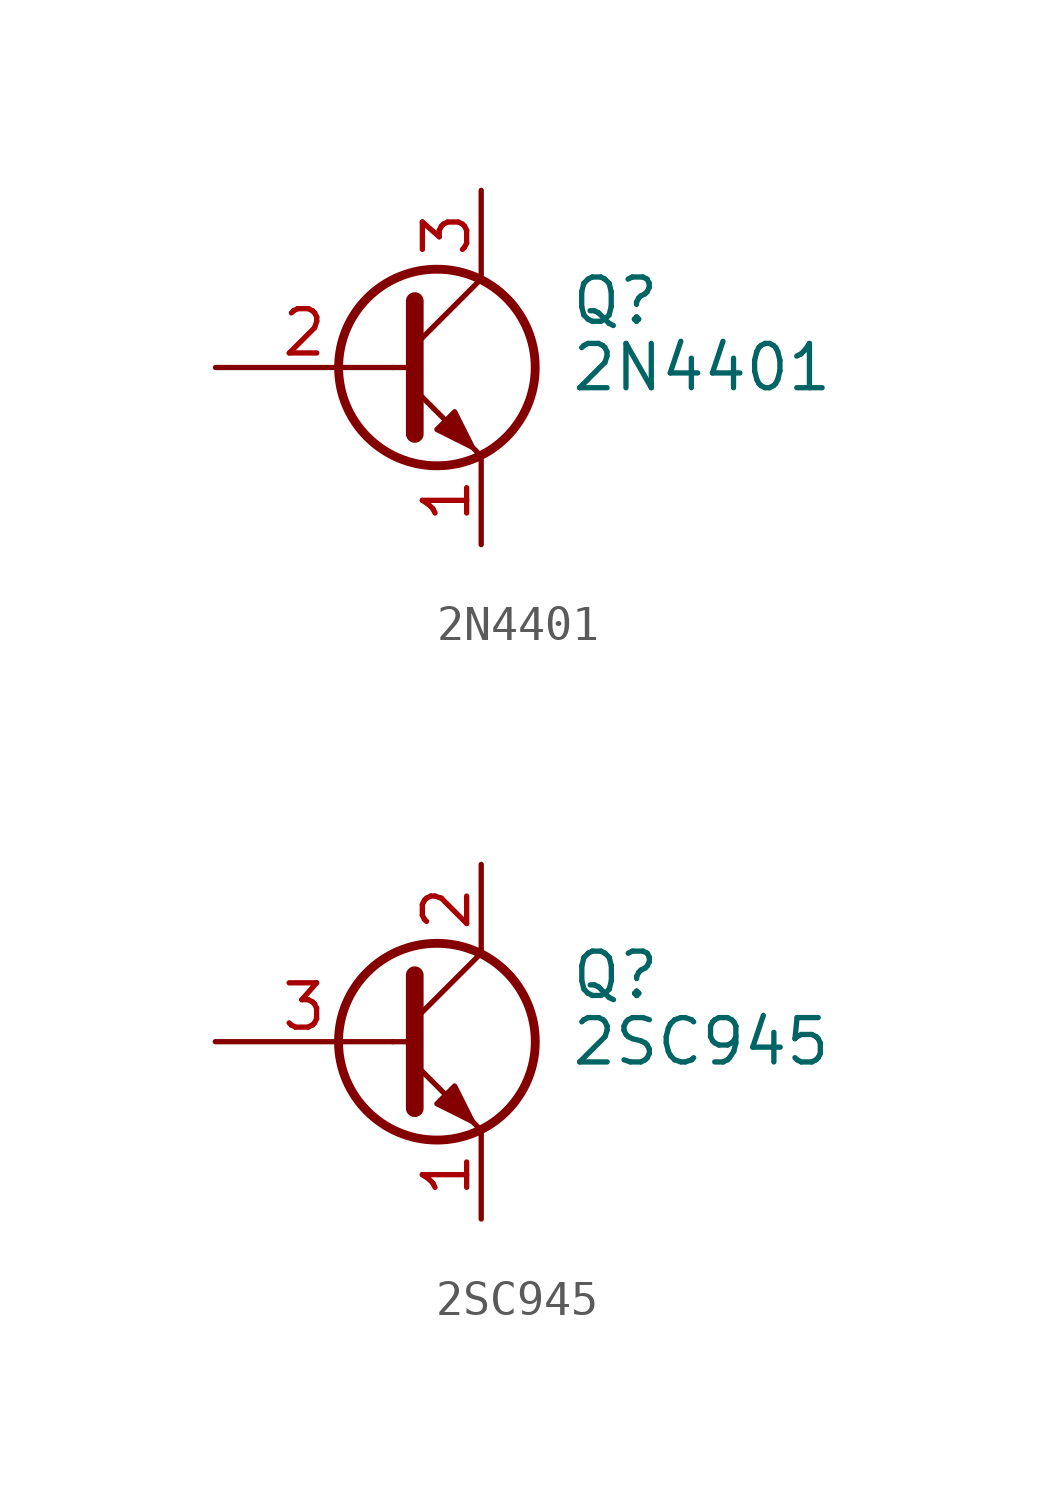
<source format=kicad_sym>
(kicad_symbol_lib
  (version 20220914)
  (generator kicad_symbol_editor)
  (symbol "2N4401"
    (pin_names
      (offset 0) hide)
    (property "Reference" "Q"
      (at 5.08 1.905 0)
      (effects (font (size 1.27 1.27)) (justify left)))
    (property "Value" "2N4401"
      (at 5.08 0 0)
      (effects (font (size 1.27 1.27)) (justify left)))
    (symbol "2N4401_0_1"
      (polyline (pts (xy 0 0) (xy 0.635 0)) (stroke (width 0) (type solid)) (fill (type none)))
      (polyline (pts (xy 0.635 0.635) (xy 2.54 2.54)) (stroke (width 0) (type solid)) (fill (type none)))
      (polyline (pts (xy 0.635 -0.635) (xy 2.54 -2.54) (xy 2.54 -2.54)) (stroke (width 0) (type solid)) (fill (type none)))
      (polyline (pts (xy 0.635 1.905) (xy 0.635 -1.905) (xy 0.635 -1.905)) (stroke (width 0.508) (type solid)) (fill (type none)))
      (polyline (pts (xy 1.27 -1.778) (xy 1.778 -1.27) (xy 2.286 -2.286) (xy 1.27 -1.778) (xy 1.27 -1.778)) (stroke (width 0) (type solid)) (fill (type outline)))
      (circle (center 1.27 0) (radius 2.819) (stroke (width 0.254) (type solid)) (fill (type none))))
    (symbol "2N4401_1_1"
      (pin passive line (at 2.54 -5.08 90) (length 2.54) (name "E" (effects (font (size 1.27 1.27)))) (number "1" (effects (font (size 1.27 1.27)))))
      (pin input line (at -5.08 0 0) (length 5.08) (name "B" (effects (font (size 1.27 1.27)))) (number "2" (effects (font (size 1.27 1.27)))))
      (pin passive line (at 2.54 5.08 270) (length 2.54) (name "C" (effects (font (size 1.27 1.27)))) (number "3" (effects (font (size 1.27 1.27)))))))
  (symbol "2SC945"
    (pin_names
      (offset 0) hide)
    (property "Reference" "Q"
      (at 5.08 1.905 0)
      (effects (font (size 1.27 1.27)) (justify left)))
    (property "Value" "2SC945"
      (at 5.08 0 0)
      (effects (font (size 1.27 1.27)) (justify left)))
    (symbol "2SC945_0_1"
      (polyline (pts (xy 0 0) (xy 0.635 0)) (stroke (width 0) (type solid)) (fill (type none)))
      (polyline (pts (xy 0.635 0.635) (xy 2.54 2.54)) (stroke (width 0) (type solid)) (fill (type none)))
      (polyline (pts (xy 0.635 -0.635) (xy 2.54 -2.54) (xy 2.54 -2.54)) (stroke (width 0) (type solid)) (fill (type none)))
      (polyline (pts (xy 0.635 1.905) (xy 0.635 -1.905) (xy 0.635 -1.905)) (stroke (width 0.508) (type solid)) (fill (type none)))
      (polyline (pts (xy 1.27 -1.778) (xy 1.778 -1.27) (xy 2.286 -2.286) (xy 1.27 -1.778) (xy 1.27 -1.778)) (stroke (width 0) (type solid)) (fill (type outline)))
      (circle (center 1.27 0) (radius 2.819) (stroke (width 0.254) (type solid)) (fill (type none))))
    (symbol "2SC945_1_1"
      (pin passive line (at 2.54 -5.08 90) (length 2.54) (name "E" (effects (font (size 1.27 1.27)))) (number "1" (effects (font (size 1.27 1.27)))))
      (pin passive line (at 2.54 5.08 270) (length 2.54) (name "C" (effects (font (size 1.27 1.27)))) (number "2" (effects (font (size 1.27 1.27)))))
      (pin input line (at -5.08 0 0) (length 5.08) (name "B" (effects (font (size 1.27 1.27)))) (number "3" (effects (font (size 1.27 1.27))))))))
</source>
